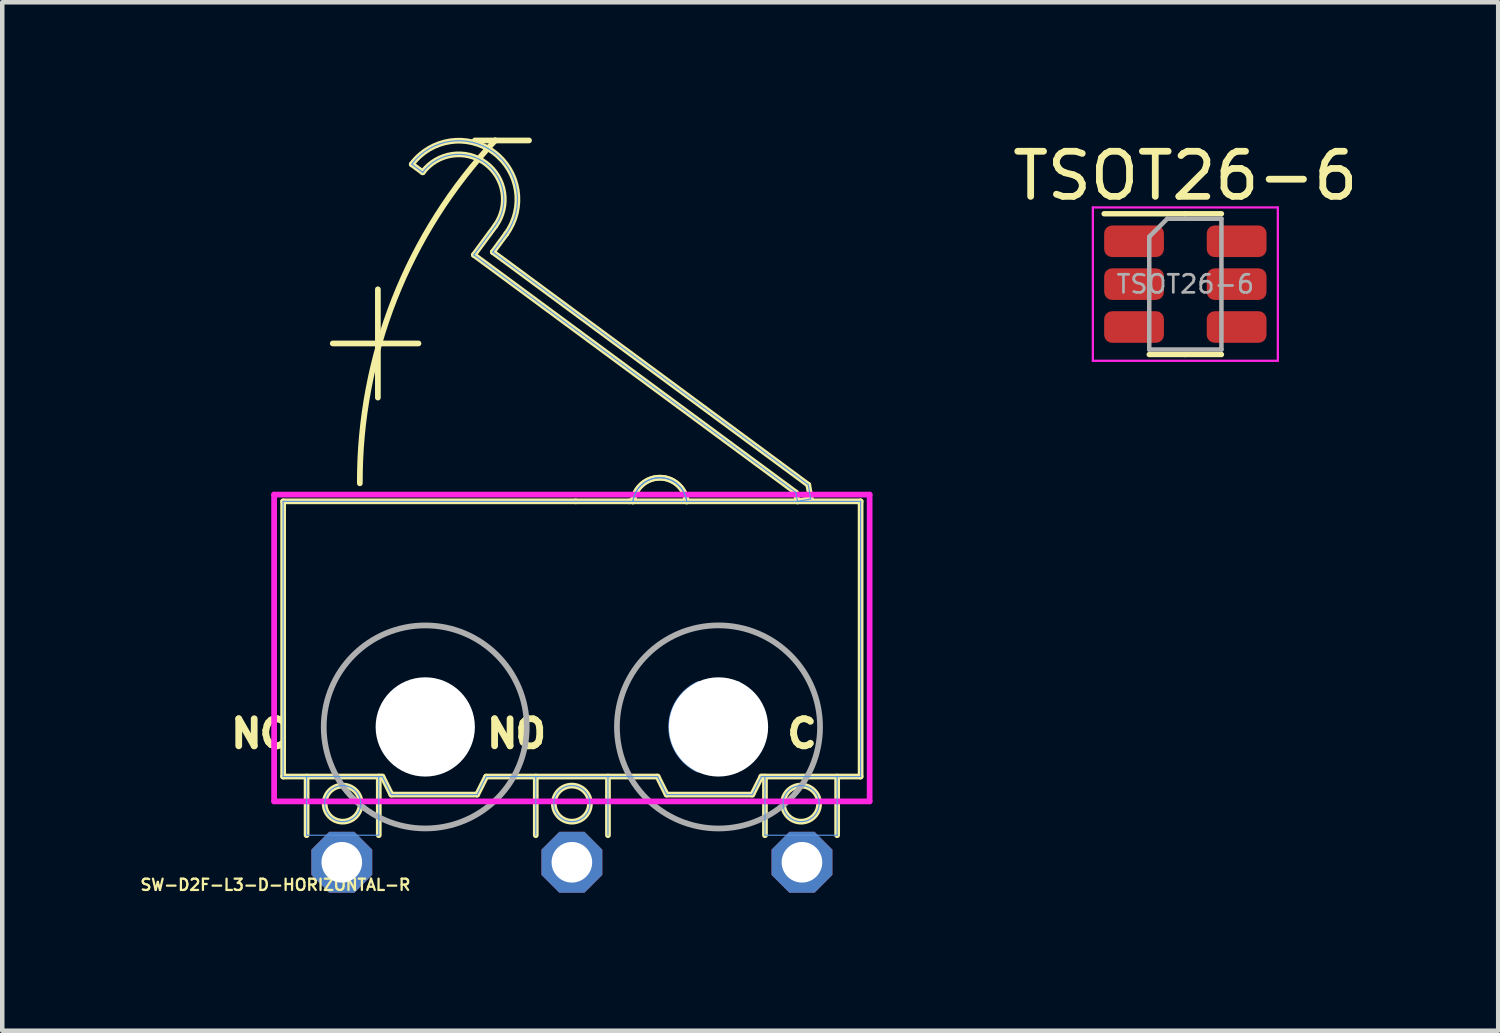
<source format=kicad_pcb>
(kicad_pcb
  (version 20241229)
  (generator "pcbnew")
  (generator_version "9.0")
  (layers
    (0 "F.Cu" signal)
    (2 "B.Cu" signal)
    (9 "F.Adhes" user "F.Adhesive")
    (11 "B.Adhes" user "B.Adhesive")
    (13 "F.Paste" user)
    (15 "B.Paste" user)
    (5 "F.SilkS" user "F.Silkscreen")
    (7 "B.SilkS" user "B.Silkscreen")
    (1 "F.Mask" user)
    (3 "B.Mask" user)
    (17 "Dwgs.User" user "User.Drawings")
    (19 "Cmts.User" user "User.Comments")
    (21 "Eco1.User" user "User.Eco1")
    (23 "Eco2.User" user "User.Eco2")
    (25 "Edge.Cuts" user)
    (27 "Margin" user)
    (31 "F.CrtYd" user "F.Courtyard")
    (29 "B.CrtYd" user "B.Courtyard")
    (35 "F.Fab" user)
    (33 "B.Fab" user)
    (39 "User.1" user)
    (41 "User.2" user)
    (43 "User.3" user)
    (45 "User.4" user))
  (footprint "SW-D2F-L3-D-HORIZONTAL-R"
    (layer "F.Cu")
    (at 9.626 13.063)
    (property "Reference" "SW-D2F-L3-D-HORIZONTAL-R" (at -3.55 3.5 180) (layer "F.SilkS") (effects (font (size 0.25 0.25) (thickness 0.05)) (justify right)))
    (fp_line (start -6.4 -5) (end 0.085 -5) (stroke (width 0.127) (type solid)) (layer "F.SilkS"))
    (fp_line (start -6.4 1.1) (end -6.4 -5) (stroke (width 0.127) (type solid)) (layer "F.SilkS"))
    (fp_line (start -6.4 1.1) (end -4.2 1.1) (stroke (width 0.127) (type solid)) (layer "F.SilkS"))
    (fp_line (start -5.88 2.4) (end -5.88 1.1) (stroke (width 0.127) (type solid)) (layer "F.SilkS"))
    (fp_line (start -4.3 -8.5) (end -5.3 -8.5) (stroke (width 0.127) (type solid)) (layer "F.SilkS"))
    (fp_line (start -4.3 -8.5) (end -4.3 -9.7) (stroke (width 0.127) (type solid)) (layer "F.SilkS"))
    (fp_line (start -4.3 -7.3) (end -4.3 -8.5) (stroke (width 0.127) (type solid)) (layer "F.SilkS"))
    (fp_line (start -4.28 1.1) (end -4.28 2.4) (stroke (width 0.127) (type solid)) (layer "F.SilkS"))
    (fp_line (start -4.2 1.1) (end -4 1.5) (stroke (width 0.127) (type solid)) (layer "F.SilkS"))
    (fp_line (start -3.4 -8.5) (end -4.3 -8.5) (stroke (width 0.127) (type solid)) (layer "F.SilkS"))
    (fp_line (start -3.307 -12.294) (end -3.549 -12.472) (stroke (width 0.127) (type solid)) (layer "F.SilkS"))
    (fp_line (start -2.173 -10.463) (end -1.698 -11.106) (stroke (width 0.127) (type solid)) (layer "F.SilkS"))
    (fp_line (start -2.15 -13) (end -1.7 -13) (stroke (width 0.127) (type solid)) (layer "F.SilkS"))
    (fp_line (start -2.1 1.5) (end -4 1.5) (stroke (width 0.127) (type solid)) (layer "F.SilkS"))
    (fp_line (start -2.1 1.5) (end -1.9 1.1) (stroke (width 0.127) (type solid)) (layer "F.SilkS"))
    (fp_line (start -1.9 1.1) (end 1.9 1.1) (stroke (width 0.127) (type solid)) (layer "F.SilkS"))
    (fp_line (start -1.753 -10.526) (end 5.24 -5.367) (stroke (width 0.127) (type solid)) (layer "F.SilkS"))
    (fp_line (start -1.7 -13) (end -0.95 -13) (stroke (width 0.127) (type solid)) (layer "F.SilkS"))
    (fp_line (start -1.456 -10.928) (end -1.753 -10.526) (stroke (width 0.127) (type solid)) (layer "F.SilkS"))
    (fp_line (start -0.8 2.4) (end -0.8 1.1) (stroke (width 0.127) (type solid)) (layer "F.SilkS"))
    (fp_line (start 0.085 -5) (end 1.275 -5) (stroke (width 0.127) (type solid)) (layer "F.SilkS"))
    (fp_line (start 0.8 1.1) (end 0.8 2.4) (stroke (width 0.127) (type solid)) (layer "F.SilkS"))
    (fp_line (start 1.275 -5) (end 1.355 -5) (stroke (width 0.127) (type solid)) (layer "F.SilkS"))
    (fp_line (start 1.355 -5) (end 2.545 -5) (stroke (width 0.127) (type solid)) (layer "F.SilkS"))
    (fp_line (start 1.9 1.1) (end 2.1 1.5) (stroke (width 0.127) (type solid)) (layer "F.SilkS"))
    (fp_line (start 2.545 -5) (end 6.4 -5) (stroke (width 0.127) (type solid)) (layer "F.SilkS"))
    (fp_line (start 4 1.5) (end 2.1 1.5) (stroke (width 0.127) (type solid)) (layer "F.SilkS"))
    (fp_line (start 4 1.5) (end 4.2 1.1) (stroke (width 0.127) (type solid)) (layer "F.SilkS"))
    (fp_line (start 4.2 1.1) (end 6.4 1.1) (stroke (width 0.127) (type solid)) (layer "F.SilkS"))
    (fp_line (start 4.28 2.4) (end 4.28 1.1) (stroke (width 0.127) (type solid)) (layer "F.SilkS"))
    (fp_line (start 4.965 -5.197) (end -2.173 -10.463) (stroke (width 0.127) (type solid)) (layer "F.SilkS"))
    (fp_line (start 5 -5) (end 4.965 -5.197) (stroke (width 0.127) (type solid)) (layer "F.SilkS"))
    (fp_line (start 5.24 -5.367) (end 5.295 -5.052) (stroke (width 0.127) (type solid)) (layer "F.SilkS"))
    (fp_line (start 5.295 -5.052) (end 5 -5) (stroke (width 0.127) (type solid)) (layer "F.SilkS"))
    (fp_line (start 5.88 1.1) (end 5.88 2.4) (stroke (width 0.127) (type solid)) (layer "F.SilkS"))
    (fp_line (start 6.4 -5) (end 6.4 1.1) (stroke (width 0.127) (type solid)) (layer "F.SilkS"))
    (fp_arc (start -4.7 -5.4) (mid -3.930581 -9.488387) (end -1.7 -12.999999) (stroke (width 0.127) (type solid)) (layer "F.SilkS"))
    (fp_arc (start -3.54864 -12.471731) (mid -1.730758 -12.746149) (end -1.45634 -10.928267) (stroke (width 0.127) (type solid)) (layer "F.SilkS"))
    (fp_arc (start -3.307218 -12.29364) (mid -1.908849 -12.504724) (end -1.697761 -11.106356) (stroke (width 0.127) (type solid)) (layer "F.SilkS"))
    (fp_arc (start 1.35484 -5) (mid 1.949999 -5.523973) (end 2.545158 -5) (stroke (width 0.127) (type solid)) (layer "F.SilkS"))
    (fp_arc (start 1.35484 -5) (mid 1.949999 -5.523973) (end 2.545158 -5) (stroke (width 0.127) (type solid)) (layer "F.SilkS"))
    (fp_circle (center -5.08 1.7) (end -4.68 1.7) (stroke (width 0.127) (type solid)) (fill no) (layer "F.SilkS"))
    (fp_circle (center 0 1.7) (end 0.4 1.7) (stroke (width 0.127) (type solid)) (fill no) (layer "F.SilkS"))
    (fp_circle (center 5.08 1.7) (end 5.48 1.7) (stroke (width 0.127) (type solid)) (fill no) (layer "F.SilkS"))
    (fp_line (start -6.4 -5) (end 0.085 -5) (stroke (width 0.025) (type solid)) (layer "Cmts.User"))
    (fp_line (start -6.4 1.1) (end -6.4 -5) (stroke (width 0.025) (type solid)) (layer "Cmts.User"))
    (fp_line (start -6.4 1.1) (end -4.2 1.1) (stroke (width 0.025) (type solid)) (layer "Cmts.User"))
    (fp_line (start -5.88 2.4) (end -5.88 1.1) (stroke (width 0.025) (type solid)) (layer "Cmts.User"))
    (fp_line (start -4.28 1.1) (end -4.28 2.4) (stroke (width 0.025) (type solid)) (layer "Cmts.User"))
    (fp_line (start -4.28 2.4) (end -5.88 2.4) (stroke (width 0.025) (type solid)) (layer "Cmts.User"))
    (fp_line (start -4.2 1.1) (end -4 1.5) (stroke (width 0.025) (type solid)) (layer "Cmts.User"))
    (fp_line (start -3.307 -12.294) (end -3.549 -12.472) (stroke (width 0.025) (type solid)) (layer "Cmts.User"))
    (fp_line (start -2.173 -10.463) (end -1.698 -11.106) (stroke (width 0.025) (type solid)) (layer "Cmts.User"))
    (fp_line (start -2.1 1.5) (end -4 1.5) (stroke (width 0.025) (type solid)) (layer "Cmts.User"))
    (fp_line (start -2.1 1.5) (end -1.9 1.1) (stroke (width 0.025) (type solid)) (layer "Cmts.User"))
    (fp_line (start -1.9 1.1) (end 1.9 1.1) (stroke (width 0.025) (type solid)) (layer "Cmts.User"))
    (fp_line (start -1.753 -10.526) (end 5.24 -5.367) (stroke (width 0.025) (type solid)) (layer "Cmts.User"))
    (fp_line (start -1.456 -10.928) (end -1.753 -10.526) (stroke (width 0.025) (type solid)) (layer "Cmts.User"))
    (fp_line (start -0.8 2.4) (end -0.8 1.1) (stroke (width 0.025) (type solid)) (layer "Cmts.User"))
    (fp_line (start 0.085 -5) (end 1.275 -5) (stroke (width 0.025) (type solid)) (layer "Cmts.User"))
    (fp_line (start 0.8 1.1) (end 0.8 2.4) (stroke (width 0.025) (type solid)) (layer "Cmts.User"))
    (fp_line (start 1.275 -5) (end 1.355 -5) (stroke (width 0.025) (type solid)) (layer "Cmts.User"))
    (fp_line (start 1.355 -5) (end 2.545 -5) (stroke (width 0.025) (type solid)) (layer "Cmts.User"))
    (fp_line (start 1.9 1.1) (end 2.1 1.5) (stroke (width 0.025) (type solid)) (layer "Cmts.User"))
    (fp_line (start 2.545 -5) (end 6.4 -5) (stroke (width 0.025) (type solid)) (layer "Cmts.User"))
    (fp_line (start 3.708 -1) (end 2.792 -1) (stroke (width 0.025) (type solid)) (layer "Cmts.User"))
    (fp_line (start 4 1.5) (end 2.1 1.5) (stroke (width 0.025) (type solid)) (layer "Cmts.User"))
    (fp_line (start 4 1.5) (end 4.2 1.1) (stroke (width 0.025) (type solid)) (layer "Cmts.User"))
    (fp_line (start 4.2 1.1) (end 6.4 1.1) (stroke (width 0.025) (type solid)) (layer "Cmts.User"))
    (fp_line (start 4.28 2.4) (end 4.28 1.1) (stroke (width 0.025) (type solid)) (layer "Cmts.User"))
    (fp_line (start 4.965 -5.197) (end -2.173 -10.463) (stroke (width 0.025) (type solid)) (layer "Cmts.User"))
    (fp_line (start 5 -5) (end 4.965 -5.197) (stroke (width 0.025) (type solid)) (layer "Cmts.User"))
    (fp_line (start 5.24 -5.367) (end 5.295 -5.052) (stroke (width 0.025) (type solid)) (layer "Cmts.User"))
    (fp_line (start 5.295 -5.052) (end 5 -5) (stroke (width 0.025) (type solid)) (layer "Cmts.User"))
    (fp_line (start 5.88 1.1) (end 5.88 2.4) (stroke (width 0.025) (type solid)) (layer "Cmts.User"))
    (fp_line (start 5.88 2.4) (end 4.28 2.4) (stroke (width 0.025) (type solid)) (layer "Cmts.User"))
    (fp_line (start 6.4 -5) (end 6.4 1.1) (stroke (width 0.025) (type solid)) (layer "Cmts.User"))
    (fp_arc (start -3.54864 -12.471731) (mid -1.730758 -12.746149) (end -1.45634 -10.928267) (stroke (width 0.025) (type solid)) (layer "Cmts.User"))
    (fp_arc (start -3.307218 -12.29364) (mid -1.908849 -12.504724) (end -1.697761 -11.106356) (stroke (width 0.025) (type solid)) (layer "Cmts.User"))
    (fp_arc (start 1.35484 -5) (mid 1.949999 -5.523973) (end 2.545158 -5) (stroke (width 0.025) (type solid)) (layer "Cmts.User"))
    (fp_arc (start 1.35484 -5) (mid 1.949999 -5.523973) (end 2.545158 -5) (stroke (width 0.025) (type solid)) (layer "Cmts.User"))
    (fp_arc (start 2.79174 1) (mid 2.149999 0) (end 2.791739 -1) (stroke (width 0.025) (type solid)) (layer "Cmts.User"))
    (fp_circle (center -5.08 1.7) (end -4.68 1.7) (stroke (width 0.025) (type solid)) (fill no) (layer "Cmts.User"))
    (fp_circle (center 0 1.7) (end 0.4 1.7) (stroke (width 0.025) (type solid)) (fill no) (layer "Cmts.User"))
    (fp_circle (center 5.08 1.7) (end 5.48 1.7) (stroke (width 0.025) (type solid)) (fill no) (layer "Cmts.User"))
    (fp_line (start -6.6 -5.15) (end 6.6 -5.15) (stroke (width 0.127) (type solid)) (layer "F.CrtYd"))
    (fp_line (start -6.6 1.65) (end -6.6 -5.15) (stroke (width 0.127) (type solid)) (layer "F.CrtYd"))
    (fp_line (start 6.6 -5.15) (end 6.6 1.65) (stroke (width 0.127) (type solid)) (layer "F.CrtYd"))
    (fp_line (start 6.6 1.65) (end -6.6 1.65) (stroke (width 0.127) (type solid)) (layer "F.CrtYd"))
    (fp_circle (center -3.25 0) (end -1 0) (stroke (width 0.127) (type solid)) (fill no) (layer "F.Fab"))
    (fp_circle (center 3.25 0) (end 5.501 0) (stroke (width 0.127) (type solid)) (fill no) (layer "F.Fab"))
    (fp_text user "NO" (at -0.5 0.5 180) (layer "F.SilkS") (effects (font (size 0.6 0.6) (thickness 0.15)) (justify right bottom)))
    (fp_text user "C" (at 5.5 0.5 180) (layer "F.SilkS") (effects (font (size 0.6 0.6) (thickness 0.15)) (justify right bottom)))
    (fp_text user "NC" (at -6.2 0.5 180) (layer "F.SilkS") (effects (font (size 0.6 0.6) (thickness 0.15)) (justify right bottom)))
    (pad "" np_thru_hole circle (at -3.25 0) (size 2.2 2.2) (drill 2.2) (layers "*.Cu" "*.Mask"))
    (pad "" np_thru_hole circle (at 3.25 0) (size 2.2 2.2) (drill 2.2) (layers "*.Cu" "*.Mask"))
    (pad "C" thru_hole roundrect (at 5.1 3 315) (size 1.35 1.35) (drill 0.9) (layers "*.Cu" "*.Mask") (roundrect_rratio 0.25) (chamfer_ratio 0.293) (chamfer top_left top_right bottom_left bottom_right))
    (pad "NC" thru_hole roundrect (at -5.1 3 225) (size 1.35 1.35) (drill 0.9) (layers "*.Cu" "*.Mask") (roundrect_rratio 0.25) (chamfer_ratio 0.293) (chamfer top_left top_right bottom_left bottom_right))
    (pad "NO" thru_hole roundrect (at 0 3 270) (size 1.35 1.35) (drill 0.9) (layers "*.Cu" "*.Mask") (roundrect_rratio 0.25) (chamfer_ratio 0.293) (chamfer top_left top_right bottom_left bottom_right)))
  (footprint "TSOT26-6"
    (layer "F.Cu")
    (at 23.224 3.248)
    (property "Reference" "TSOT26-6" (at 0 -2.4 0) (layer "F.SilkS") (effects (font (size 1 1) (thickness 0.15))))
    (attr smd)
    (fp_line (start 0 -1.56) (end -1.8 -1.56) (stroke (width 0.12) (type solid)) (layer "F.SilkS"))
    (fp_line (start 0 -1.56) (end 0.8 -1.56) (stroke (width 0.12) (type solid)) (layer "F.SilkS"))
    (fp_line (start 0 1.56) (end -0.8 1.56) (stroke (width 0.12) (type solid)) (layer "F.SilkS"))
    (fp_line (start 0 1.56) (end 0.8 1.56) (stroke (width 0.12) (type solid)) (layer "F.SilkS"))
    (fp_line (start -2.05 -1.7) (end -2.05 1.7) (stroke (width 0.05) (type solid)) (layer "F.CrtYd"))
    (fp_line (start -2.05 1.7) (end 2.05 1.7) (stroke (width 0.05) (type solid)) (layer "F.CrtYd"))
    (fp_line (start 2.05 -1.7) (end -2.05 -1.7) (stroke (width 0.05) (type solid)) (layer "F.CrtYd"))
    (fp_line (start 2.05 1.7) (end 2.05 -1.7) (stroke (width 0.05) (type solid)) (layer "F.CrtYd"))
    (fp_line (start -0.8 -1.05) (end -0.4 -1.45) (stroke (width 0.1) (type solid)) (layer "F.Fab"))
    (fp_line (start -0.8 1.45) (end -0.8 -1.05) (stroke (width 0.1) (type solid)) (layer "F.Fab"))
    (fp_line (start -0.4 -1.45) (end 0.8 -1.45) (stroke (width 0.1) (type solid)) (layer "F.Fab"))
    (fp_line (start 0.8 -1.45) (end 0.8 1.45) (stroke (width 0.1) (type solid)) (layer "F.Fab"))
    (fp_line (start 0.8 1.45) (end -0.8 1.45) (stroke (width 0.1) (type solid)) (layer "F.Fab"))
    (fp_text user "${REFERENCE}" (at 0 0 0) (layer "F.Fab") (effects (font (size 0.4 0.4) (thickness 0.06))))
    (pad "1" smd roundrect (at -1.137 -0.95) (size 1.325 0.7) (layers "F.Cu" "F.Mask" "F.Paste") (roundrect_rratio 0.25))
    (pad "2" smd roundrect (at -1.137 0) (size 1.325 0.7) (layers "F.Cu" "F.Mask" "F.Paste") (roundrect_rratio 0.25))
    (pad "3" smd roundrect (at -1.137 0.95) (size 1.325 0.7) (layers "F.Cu" "F.Mask" "F.Paste") (roundrect_rratio 0.25))
    (pad "4" smd roundrect (at 1.137 0.95) (size 1.325 0.7) (layers "F.Cu" "F.Mask" "F.Paste") (roundrect_rratio 0.25))
    (pad "5" smd roundrect (at 1.137 0) (size 1.325 0.7) (layers "F.Cu" "F.Mask" "F.Paste") (roundrect_rratio 0.25))
    (pad "6" smd roundrect (at 1.137 -0.95) (size 1.325 0.7) (layers "F.Cu" "F.Mask" "F.Paste") (roundrect_rratio 0.25)))
  (gr_rect
    (start -3 -3)
    (end 30.159 19.797)
    (stroke (width 0.1) (type default))
    (fill no)
    (layer "Edge.Cuts")))
</source>
